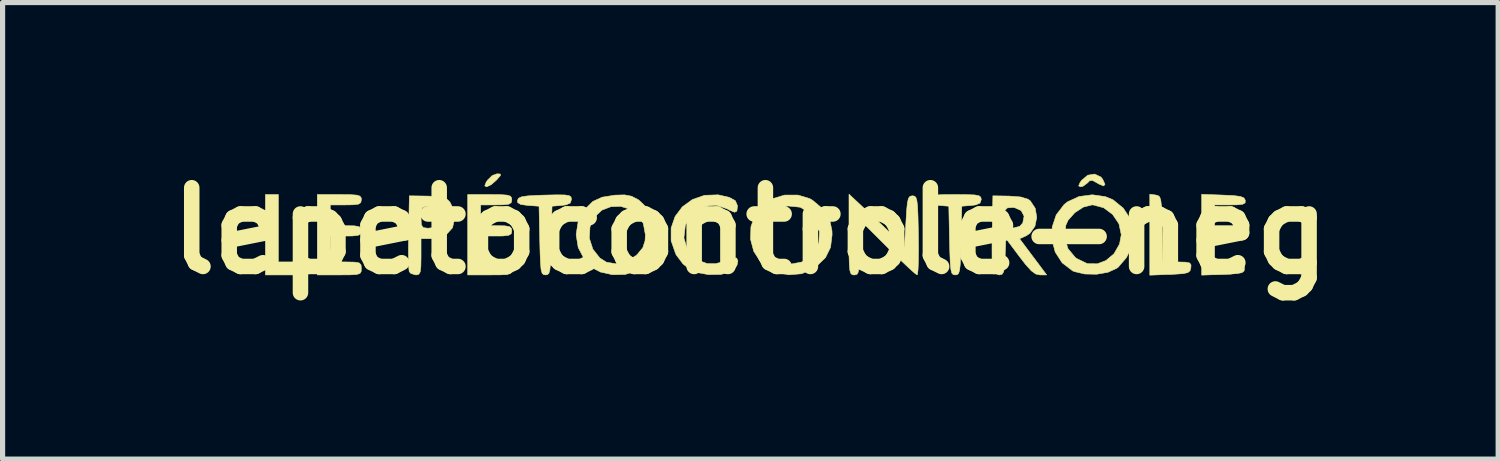
<source format=kicad_pcb>
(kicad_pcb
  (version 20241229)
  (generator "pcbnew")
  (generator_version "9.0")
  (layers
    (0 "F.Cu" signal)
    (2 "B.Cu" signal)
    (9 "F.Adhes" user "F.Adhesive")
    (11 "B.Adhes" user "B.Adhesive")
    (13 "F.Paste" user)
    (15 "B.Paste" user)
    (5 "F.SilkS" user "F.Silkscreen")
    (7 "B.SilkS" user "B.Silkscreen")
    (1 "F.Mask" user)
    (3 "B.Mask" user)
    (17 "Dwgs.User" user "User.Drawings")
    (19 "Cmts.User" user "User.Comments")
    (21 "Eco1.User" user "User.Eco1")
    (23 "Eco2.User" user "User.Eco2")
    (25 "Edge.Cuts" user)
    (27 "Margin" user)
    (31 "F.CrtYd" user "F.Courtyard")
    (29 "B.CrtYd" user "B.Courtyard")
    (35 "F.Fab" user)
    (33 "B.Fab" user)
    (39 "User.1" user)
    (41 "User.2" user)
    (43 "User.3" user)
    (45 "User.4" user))
  (footprint "lepetocontrole-neg"
    (layer "F.Cu")
    (at 11.474 1.418)
    (property "Reference" "lepetocontrole-neg" (at 0 0 0) (layer "F.SilkS") (effects (font (size 1.524 1.524) (thickness 0.3))))
    (attr through_hole)
    (fp_poly (pts (xy -4.84 -1.1) (xy -4.839 -1.07) (xy -4.905 -0.994) (xy -4.919 -0.979) (xy -5.018 -0.893) (xy -5.1 -0.854) (xy -5.105 -0.853) (xy -5.142 -0.871) (xy -5.116 -0.938) (xy -5.09 -0.979) (xy -4.998 -1.07) (xy -4.905 -1.104) (xy -4.84 -1.1)) (stroke (width 0.01) (type solid)) (fill yes) (layer "F.SilkS"))
    (fp_poly (pts (xy -9.136 0.602) (xy -8.86 0.602) (xy -8.702 0.606) (xy -8.619 0.623) (xy -8.588 0.665) (xy -8.584 0.728) (xy -8.588 0.79) (xy -8.615 0.827) (xy -8.684 0.846) (xy -8.816 0.853) (xy -8.985 0.853) (xy -9.387 0.853) (xy -9.387 -0.703) (xy -9.136 -0.703) (xy -9.136 0.602)) (stroke (width 0.01) (type solid)) (fill yes) (layer "F.SilkS"))
    (fp_poly (pts (xy 6.782 -1.043) (xy 6.818 -0.999) (xy 6.863 -0.9) (xy 6.836 -0.869) (xy 6.741 -0.908) (xy 6.713 -0.926) (xy 6.619 -0.977) (xy 6.562 -0.967) (xy 6.527 -0.93) (xy 6.44 -0.865) (xy 6.392 -0.853) (xy 6.353 -0.869) (xy 6.378 -0.931) (xy 6.41 -0.977) (xy 6.529 -1.077) (xy 6.663 -1.099) (xy 6.782 -1.043)) (stroke (width 0.01) (type solid)) (fill yes) (layer "F.SilkS"))
    (fp_poly (pts (xy 7.843 -0.694) (xy 7.89 -0.683) (xy 7.922 -0.655) (xy 7.943 -0.592) (xy 7.956 -0.479) (xy 7.964 -0.299) (xy 7.97 -0.038) (xy 7.984 0.602) (xy 8.263 0.602) (xy 8.421 0.606) (xy 8.502 0.622) (xy 8.528 0.661) (xy 8.525 0.715) (xy 8.509 0.773) (xy 8.466 0.808) (xy 8.376 0.828) (xy 8.217 0.839) (xy 8.119 0.843) (xy 7.73 0.858) (xy 7.73 -0.71) (xy 7.843 -0.694)) (stroke (width 0.01) (type solid)) (fill yes) (layer "F.SilkS"))
    (fp_poly (pts (xy -3.597 -0.695) (xy -3.512 -0.683) (xy -3.474 -0.658) (xy -3.464 -0.618) (xy -3.464 -0.607) (xy -3.486 -0.538) (xy -3.569 -0.503) (xy -3.652 -0.492) (xy -3.84 -0.477) (xy -3.854 0.188) (xy -3.861 0.458) (xy -3.869 0.643) (xy -3.882 0.759) (xy -3.901 0.823) (xy -3.931 0.849) (xy -3.966 0.853) (xy -4.005 0.847) (xy -4.033 0.817) (xy -4.052 0.747) (xy -4.063 0.622) (xy -4.071 0.427) (xy -4.077 0.188) (xy -4.091 -0.477) (xy -4.308 -0.492) (xy -4.445 -0.511) (xy -4.504 -0.546) (xy -4.508 -0.593) (xy -4.486 -0.632) (xy -4.428 -0.659) (xy -4.316 -0.676) (xy -4.132 -0.687) (xy -3.978 -0.692) (xy -3.746 -0.697) (xy -3.597 -0.695)) (stroke (width 0.01) (type solid)) (fill yes) (layer "F.SilkS"))
    (fp_poly (pts (xy 4.194 -0.701) (xy 4.341 -0.695) (xy 4.423 -0.679) (xy 4.459 -0.651) (xy 4.468 -0.607) (xy 4.468 -0.605) (xy 4.444 -0.537) (xy 4.359 -0.502) (xy 4.279 -0.492) (xy 4.091 -0.477) (xy 4.077 0.188) (xy 4.07 0.458) (xy 4.062 0.643) (xy 4.049 0.759) (xy 4.03 0.823) (xy 4.001 0.849) (xy 3.966 0.853) (xy 3.926 0.847) (xy 3.898 0.817) (xy 3.88 0.747) (xy 3.868 0.622) (xy 3.86 0.427) (xy 3.854 0.188) (xy 3.84 -0.477) (xy 3.652 -0.492) (xy 3.523 -0.515) (xy 3.47 -0.564) (xy 3.464 -0.605) (xy 3.471 -0.65) (xy 3.506 -0.678) (xy 3.586 -0.694) (xy 3.73 -0.701) (xy 3.955 -0.703) (xy 3.966 -0.703) (xy 4.194 -0.701)) (stroke (width 0.01) (type solid)) (fill yes) (layer "F.SilkS"))
    (fp_poly (pts (xy 9.148 -0.692) (xy 9.357 -0.682) (xy 9.485 -0.665) (xy 9.552 -0.637) (xy 9.577 -0.594) (xy 9.578 -0.59) (xy 9.575 -0.541) (xy 9.526 -0.514) (xy 9.412 -0.503) (xy 9.29 -0.502) (xy 8.985 -0.502) (xy 8.985 -0.1) (xy 9.287 -0.1) (xy 9.455 -0.097) (xy 9.546 -0.081) (xy 9.582 -0.044) (xy 9.588 0) (xy 9.577 0.056) (xy 9.528 0.086) (xy 9.42 0.099) (xy 9.287 0.1) (xy 8.985 0.1) (xy 8.985 0.597) (xy 9.274 0.612) (xy 9.439 0.626) (xy 9.526 0.649) (xy 9.559 0.692) (xy 9.563 0.728) (xy 9.554 0.778) (xy 9.513 0.809) (xy 9.422 0.827) (xy 9.26 0.838) (xy 9.149 0.843) (xy 8.734 0.857) (xy 8.734 -0.707) (xy 9.148 -0.692)) (stroke (width 0.01) (type solid)) (fill yes) (layer "F.SilkS"))
    (fp_poly (pts (xy -7.749 -0.701) (xy -7.622 -0.692) (xy -7.557 -0.672) (xy -7.532 -0.636) (xy -7.53 -0.602) (xy -7.541 -0.546) (xy -7.589 -0.516) (xy -7.697 -0.504) (xy -7.831 -0.502) (xy -8.132 -0.502) (xy -8.132 -0.1) (xy -7.831 -0.1) (xy -7.663 -0.097) (xy -7.572 -0.081) (xy -7.535 -0.044) (xy -7.53 0) (xy -7.541 0.056) (xy -7.589 0.086) (xy -7.697 0.099) (xy -7.831 0.1) (xy -8.132 0.1) (xy -8.132 0.602) (xy -7.831 0.602) (xy -7.664 0.605) (xy -7.574 0.62) (xy -7.537 0.656) (xy -7.53 0.723) (xy -7.53 0.728) (xy -7.534 0.789) (xy -7.559 0.826) (xy -7.625 0.845) (xy -7.751 0.852) (xy -7.956 0.853) (xy -8.383 0.853) (xy -8.383 -0.703) (xy -7.956 -0.703) (xy -7.749 -0.701)) (stroke (width 0.01) (type solid)) (fill yes) (layer "F.SilkS"))
    (fp_poly (pts (xy -4.837 -0.701) (xy -4.711 -0.692) (xy -4.645 -0.672) (xy -4.621 -0.636) (xy -4.618 -0.602) (xy -4.629 -0.546) (xy -4.677 -0.516) (xy -4.786 -0.504) (xy -4.919 -0.502) (xy -5.221 -0.502) (xy -5.221 -0.1) (xy -4.919 -0.1) (xy -4.751 -0.097) (xy -4.66 -0.081) (xy -4.624 -0.044) (xy -4.618 0) (xy -4.629 0.056) (xy -4.677 0.086) (xy -4.786 0.099) (xy -4.919 0.1) (xy -5.221 0.1) (xy -5.221 0.602) (xy -4.919 0.602) (xy -4.752 0.605) (xy -4.662 0.62) (xy -4.625 0.656) (xy -4.618 0.723) (xy -4.618 0.728) (xy -4.622 0.789) (xy -4.647 0.826) (xy -4.713 0.845) (xy -4.84 0.852) (xy -5.045 0.853) (xy -5.472 0.853) (xy -5.472 -0.703) (xy -5.045 -0.703) (xy -4.837 -0.701)) (stroke (width 0.01) (type solid)) (fill yes) (layer "F.SilkS"))
    (fp_poly (pts (xy -0.409 -0.648) (xy -0.292 -0.584) (xy -0.252 -0.492) (xy -0.251 -0.472) (xy -0.262 -0.382) (xy -0.308 -0.36) (xy -0.41 -0.403) (xy -0.452 -0.427) (xy -0.663 -0.496) (xy -0.876 -0.478) (xy -1.067 -0.383) (xy -1.21 -0.221) (xy -1.26 -0.104) (xy -1.287 0.137) (xy -1.223 0.351) (xy -1.076 0.523) (xy -0.993 0.576) (xy -0.84 0.633) (xy -0.677 0.636) (xy -0.474 0.582) (xy -0.339 0.529) (xy -0.267 0.526) (xy -0.242 0.581) (xy -0.259 0.665) (xy -0.314 0.749) (xy -0.379 0.795) (xy -0.575 0.844) (xy -0.811 0.847) (xy -1.039 0.806) (xy -1.154 0.76) (xy -1.304 0.641) (xy -1.434 0.468) (xy -1.446 0.446) (xy -1.535 0.191) (xy -1.535 -0.054) (xy -1.458 -0.277) (xy -1.317 -0.465) (xy -1.123 -0.606) (xy -0.888 -0.688) (xy -0.623 -0.697) (xy -0.409 -0.648)) (stroke (width 0.01) (type solid)) (fill yes) (layer "F.SilkS"))
    (fp_poly (pts (xy -6.254 -0.673) (xy -6.061 -0.666) (xy -5.94 -0.646) (xy -5.862 -0.604) (xy -5.815 -0.555) (xy -5.747 -0.415) (xy -5.723 -0.249) (xy -5.765 -0.06) (xy -5.887 0.074) (xy -6.077 0.143) (xy -6.181 0.151) (xy -6.375 0.151) (xy -6.375 0.502) (xy -6.378 0.687) (xy -6.39 0.792) (xy -6.418 0.841) (xy -6.467 0.853) (xy -6.477 0.853) (xy -6.572 0.825) (xy -6.604 0.788) (xy -6.612 0.716) (xy -6.617 0.564) (xy -6.619 0.353) (xy -6.616 0.102) (xy -6.615 0.023) (xy -6.61 -0.243) (xy -6.375 -0.243) (xy -6.368 -0.117) (xy -6.333 -0.063) (xy -6.25 -0.051) (xy -6.237 -0.051) (xy -6.109 -0.066) (xy -6.032 -0.094) (xy -5.988 -0.172) (xy -5.982 -0.28) (xy -6.015 -0.387) (xy -6.102 -0.441) (xy -6.16 -0.456) (xy -6.286 -0.473) (xy -6.35 -0.445) (xy -6.373 -0.351) (xy -6.375 -0.243) (xy -6.61 -0.243) (xy -6.601 -0.678) (xy -6.254 -0.673)) (stroke (width 0.01) (type solid)) (fill yes) (layer "F.SilkS"))
    (fp_poly (pts (xy 1.148 -0.624) (xy 1.205 -0.59) (xy 1.412 -0.417) (xy 1.532 -0.228) (xy 1.579 0.001) (xy 1.581 0.075) (xy 1.551 0.32) (xy 1.453 0.518) (xy 1.272 0.693) (xy 1.205 0.74) (xy 0.992 0.83) (xy 0.743 0.851) (xy 0.495 0.802) (xy 0.401 0.76) (xy 0.197 0.602) (xy 0.064 0.395) (xy 0.002 0.161) (xy 0.005 0.075) (xy 0.251 0.075) (xy 0.293 0.306) (xy 0.407 0.485) (xy 0.573 0.602) (xy 0.773 0.645) (xy 0.989 0.605) (xy 1.087 0.556) (xy 1.243 0.409) (xy 1.325 0.223) (xy 1.336 0.019) (xy 1.279 -0.176) (xy 1.158 -0.341) (xy 0.975 -0.451) (xy 0.951 -0.459) (xy 0.723 -0.482) (xy 0.522 -0.418) (xy 0.365 -0.281) (xy 0.271 -0.084) (xy 0.251 0.075) (xy 0.005 0.075) (xy 0.01 -0.079) (xy 0.09 -0.307) (xy 0.239 -0.5) (xy 0.419 -0.62) (xy 0.664 -0.693) (xy 0.919 -0.693) (xy 1.148 -0.624)) (stroke (width 0.01) (type solid)) (fill yes) (layer "F.SilkS"))
    (fp_poly (pts (xy -2.303 -0.671) (xy -2.179 -0.608) (xy -2.158 -0.594) (xy -1.98 -0.426) (xy -1.849 -0.208) (xy -1.781 0.027) (xy -1.782 0.201) (xy -1.868 0.437) (xy -2.028 0.645) (xy -2.212 0.78) (xy -2.425 0.844) (xy -2.669 0.849) (xy -2.899 0.798) (xy -3.014 0.74) (xy -3.213 0.552) (xy -3.333 0.323) (xy -3.362 0.143) (xy -3.118 0.143) (xy -3.049 0.355) (xy -2.914 0.526) (xy -2.786 0.607) (xy -2.601 0.638) (xy -2.398 0.591) (xy -2.213 0.478) (xy -2.186 0.452) (xy -2.082 0.325) (xy -2.039 0.191) (xy -2.033 0.075) (xy -2.073 -0.142) (xy -2.18 -0.308) (xy -2.333 -0.419) (xy -2.513 -0.474) (xy -2.701 -0.468) (xy -2.876 -0.4) (xy -3.019 -0.265) (xy -3.105 -0.078) (xy -3.118 0.143) (xy -3.362 0.143) (xy -3.373 0.073) (xy -3.334 -0.177) (xy -3.214 -0.407) (xy -3.05 -0.569) (xy -2.871 -0.651) (xy -2.624 -0.691) (xy -2.436 -0.696) (xy -2.303 -0.671)) (stroke (width 0.01) (type solid)) (fill yes) (layer "F.SilkS"))
    (fp_poly (pts (xy 6.872 -0.662) (xy 7.017 -0.602) (xy 7.216 -0.44) (xy 7.359 -0.224) (xy 7.426 0.017) (xy 7.429 0.075) (xy 7.388 0.297) (xy 7.277 0.519) (xy 7.121 0.701) (xy 7.089 0.725) (xy 6.92 0.802) (xy 6.699 0.84) (xy 6.467 0.835) (xy 6.266 0.787) (xy 6.235 0.773) (xy 6.034 0.619) (xy 5.9 0.412) (xy 5.836 0.173) (xy 5.837 0.128) (xy 6.082 0.128) (xy 6.146 0.344) (xy 6.288 0.515) (xy 6.32 0.538) (xy 6.521 0.635) (xy 6.714 0.638) (xy 6.879 0.576) (xy 7.036 0.445) (xy 7.144 0.257) (xy 7.178 0.075) (xy 7.133 -0.136) (xy 7.011 -0.317) (xy 6.837 -0.447) (xy 6.631 -0.502) (xy 6.611 -0.502) (xy 6.445 -0.46) (xy 6.279 -0.352) (xy 6.15 -0.207) (xy 6.105 -0.109) (xy 6.082 0.128) (xy 5.837 0.128) (xy 5.841 -0.075) (xy 5.919 -0.309) (xy 6.071 -0.508) (xy 6.138 -0.562) (xy 6.359 -0.664) (xy 6.616 -0.698) (xy 6.872 -0.662)) (stroke (width 0.01) (type solid)) (fill yes) (layer "F.SilkS"))
    (fp_poly (pts (xy 2.435 -0.218) (xy 2.624 -0.038) (xy 2.784 0.119) (xy 2.902 0.241) (xy 2.965 0.314) (xy 2.971 0.326) (xy 2.978 0.3) (xy 2.988 0.193) (xy 2.999 0.022) (xy 3.009 -0.151) (xy 3.023 -0.386) (xy 3.038 -0.539) (xy 3.058 -0.627) (xy 3.087 -0.667) (xy 3.13 -0.678) (xy 3.137 -0.678) (xy 3.176 -0.672) (xy 3.203 -0.647) (xy 3.222 -0.586) (xy 3.235 -0.476) (xy 3.243 -0.301) (xy 3.249 -0.046) (xy 3.252 0.088) (xy 3.254 0.352) (xy 3.252 0.577) (xy 3.245 0.745) (xy 3.234 0.839) (xy 3.227 0.853) (xy 3.18 0.82) (xy 3.076 0.727) (xy 2.928 0.587) (xy 2.748 0.413) (xy 2.649 0.315) (xy 2.108 -0.224) (xy 2.108 0.315) (xy 2.107 0.553) (xy 2.101 0.708) (xy 2.088 0.798) (xy 2.063 0.841) (xy 2.024 0.853) (xy 2.008 0.853) (xy 1.97 0.849) (xy 1.943 0.824) (xy 1.925 0.766) (xy 1.915 0.66) (xy 1.909 0.49) (xy 1.908 0.242) (xy 1.908 0.072) (xy 1.908 -0.71) (xy 2.435 -0.218)) (stroke (width 0.01) (type solid)) (fill yes) (layer "F.SilkS"))
    (fp_poly (pts (xy 5.007 -0.673) (xy 5.23 -0.656) (xy 5.372 -0.613) (xy 5.416 -0.582) (xy 5.513 -0.436) (xy 5.542 -0.261) (xy 5.507 -0.089) (xy 5.41 0.048) (xy 5.339 0.095) (xy 5.21 0.153) (xy 5.341 0.328) (xy 5.462 0.49) (xy 5.588 0.657) (xy 5.603 0.678) (xy 5.734 0.853) (xy 5.604 0.853) (xy 5.524 0.836) (xy 5.436 0.773) (xy 5.326 0.651) (xy 5.209 0.5) (xy 4.944 0.146) (xy 4.93 0.5) (xy 4.919 0.686) (xy 4.901 0.792) (xy 4.87 0.841) (xy 4.819 0.853) (xy 4.815 0.853) (xy 4.722 0.825) (xy 4.69 0.788) (xy 4.682 0.716) (xy 4.677 0.564) (xy 4.676 0.353) (xy 4.678 0.102) (xy 4.679 0.023) (xy 4.685 -0.251) (xy 4.919 -0.251) (xy 4.925 -0.122) (xy 4.958 -0.065) (xy 5.037 -0.051) (xy 5.068 -0.05) (xy 5.212 -0.087) (xy 5.271 -0.151) (xy 5.297 -0.284) (xy 5.24 -0.392) (xy 5.116 -0.448) (xy 5.068 -0.452) (xy 4.973 -0.444) (xy 4.93 -0.4) (xy 4.92 -0.293) (xy 4.919 -0.251) (xy 4.685 -0.251) (xy 4.693 -0.678) (xy 5.007 -0.673)) (stroke (width 0.01) (type solid)) (fill yes) (layer "F.SilkS")))
  (gr_rect
    (start -3 -3)
    (end 25.947 5.836)
    (stroke (width 0.1) (type default))
    (fill no)
    (layer "Edge.Cuts")))
</source>
